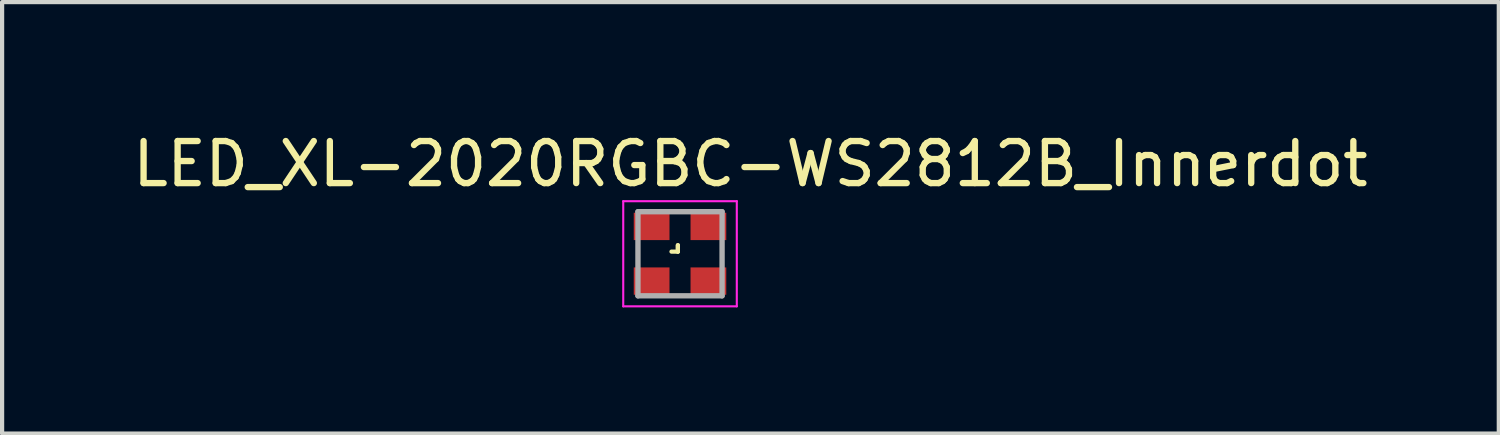
<source format=kicad_pcb>
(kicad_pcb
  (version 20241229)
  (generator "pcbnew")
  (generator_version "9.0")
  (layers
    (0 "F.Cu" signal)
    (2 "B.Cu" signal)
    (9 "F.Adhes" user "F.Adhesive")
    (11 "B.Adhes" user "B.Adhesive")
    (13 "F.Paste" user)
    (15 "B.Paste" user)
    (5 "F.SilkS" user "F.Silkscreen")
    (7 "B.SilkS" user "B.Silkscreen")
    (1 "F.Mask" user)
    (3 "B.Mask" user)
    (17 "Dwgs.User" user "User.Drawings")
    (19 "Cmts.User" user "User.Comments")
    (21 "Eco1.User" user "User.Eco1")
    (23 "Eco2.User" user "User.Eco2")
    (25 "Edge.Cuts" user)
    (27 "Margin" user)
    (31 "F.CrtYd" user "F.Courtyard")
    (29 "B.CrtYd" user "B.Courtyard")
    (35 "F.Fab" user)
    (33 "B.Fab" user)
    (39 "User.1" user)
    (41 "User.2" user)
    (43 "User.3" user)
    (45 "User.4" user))
  (footprint "LED_XL-2020RGBC-WS2812B_Innerdot"
    (layer "F.Cu")
    (at 13.117 2.983)
    (property "Reference" "LED_XL-2020RGBC-WS2812B_Innerdot" (at 1.675 -2.135 0) (layer "F.SilkS") (effects (font (size 1 1) (thickness 0.15))))
    (attr smd)
    (fp_line (start -0.203 -0.051) (end -0.051 -0.051) (stroke (width 0.1) (type default)) (layer "F.SilkS"))
    (fp_line (start -0.051 -0.203) (end -0.051 -0.051) (stroke (width 0.1) (type default)) (layer "F.SilkS"))
    (fp_line (start -0.051 -0.051) (end -0.051 -0.203) (stroke (width 0.1) (type default)) (layer "F.SilkS"))
    (fp_line (start -1.35 -1.25) (end -1.35 1.25) (stroke (width 0.05) (type solid)) (layer "F.CrtYd"))
    (fp_line (start -1.35 1.25) (end 1.35 1.25) (stroke (width 0.05) (type solid)) (layer "F.CrtYd"))
    (fp_line (start 1.35 -1.25) (end -1.35 -1.25) (stroke (width 0.05) (type solid)) (layer "F.CrtYd"))
    (fp_line (start 1.35 1.25) (end 1.35 -1.25) (stroke (width 0.05) (type solid)) (layer "F.CrtYd"))
    (fp_line (start -1 -1) (end -1 1) (stroke (width 0.127) (type solid)) (layer "F.Fab"))
    (fp_line (start -1 1) (end 1 1) (stroke (width 0.127) (type solid)) (layer "F.Fab"))
    (fp_line (start 1 -1) (end -1 -1) (stroke (width 0.127) (type solid)) (layer "F.Fab"))
    (fp_line (start 1 1) (end 1 -1) (stroke (width 0.127) (type solid)) (layer "F.Fab"))
    (pad "1" smd rect (at -0.675 -0.65) (size 0.85 0.65) (layers "F.Cu" "F.Mask" "F.Paste"))
    (pad "2" smd rect (at -0.675 0.65) (size 0.85 0.65) (layers "F.Cu" "F.Mask" "F.Paste"))
    (pad "3" smd rect (at 0.675 0.65) (size 0.85 0.65) (layers "F.Cu" "F.Mask" "F.Paste"))
    (pad "4" smd rect (at 0.675 -0.65) (size 0.85 0.65) (layers "F.Cu" "F.Mask" "F.Paste")))
  (gr_rect
    (start -3 -3)
    (end 32.583 7.258)
    (stroke (width 0.1) (type default))
    (fill no)
    (layer "Edge.Cuts")))
</source>
